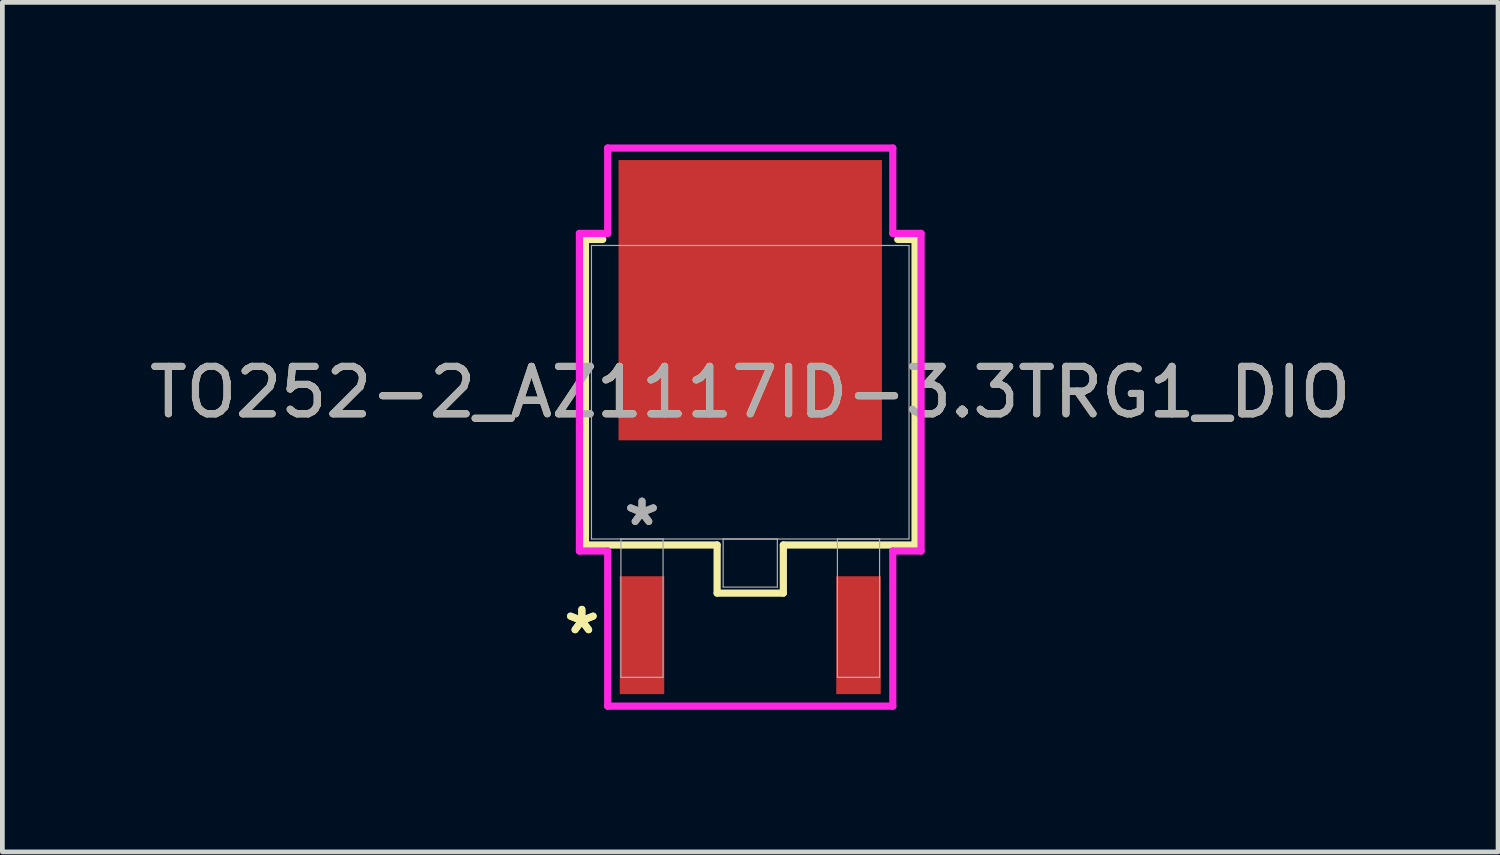
<source format=kicad_pcb>
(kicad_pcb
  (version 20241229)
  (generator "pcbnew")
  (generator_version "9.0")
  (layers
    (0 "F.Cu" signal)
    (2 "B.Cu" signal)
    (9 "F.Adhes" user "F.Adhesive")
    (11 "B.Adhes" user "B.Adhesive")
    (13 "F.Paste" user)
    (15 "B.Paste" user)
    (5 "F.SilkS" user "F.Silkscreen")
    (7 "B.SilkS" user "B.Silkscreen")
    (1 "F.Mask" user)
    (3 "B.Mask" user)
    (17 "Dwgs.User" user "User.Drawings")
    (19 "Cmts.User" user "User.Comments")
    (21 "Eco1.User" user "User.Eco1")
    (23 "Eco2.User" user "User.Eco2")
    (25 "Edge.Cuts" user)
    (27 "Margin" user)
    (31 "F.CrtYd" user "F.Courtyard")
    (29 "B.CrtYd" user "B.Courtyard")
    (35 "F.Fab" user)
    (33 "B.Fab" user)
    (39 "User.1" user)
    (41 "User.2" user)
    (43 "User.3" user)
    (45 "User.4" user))
  (footprint "TO252-2_AZ1117ID-3.3TRG1_DIO"
    (layer "F.Cu")
    (at 12.792 5.232)
    (property "Reference" "TO252-2_AZ1117ID-3.3TRG1_DIO" (at 0 0 0) (unlocked yes) (layer "F.SilkS") (effects (font (size 1 1) (thickness 0.15))))
    (attr smd)
    (fp_line (start -3.48 -3.226) (end -3.48 3.226) (stroke (width 0.152) (type solid)) (layer "F.SilkS"))
    (fp_line (start -3.48 3.226) (end -0.699 3.226) (stroke (width 0.152) (type solid)) (layer "F.SilkS"))
    (fp_line (start -3.114 -3.226) (end -3.48 -3.226) (stroke (width 0.152) (type solid)) (layer "F.SilkS"))
    (fp_line (start -0.699 3.226) (end -0.699 4.242) (stroke (width 0.152) (type solid)) (layer "F.SilkS"))
    (fp_line (start -0.699 4.242) (end 0.699 4.242) (stroke (width 0.152) (type solid)) (layer "F.SilkS"))
    (fp_line (start 0.699 3.226) (end 3.48 3.226) (stroke (width 0.152) (type solid)) (layer "F.SilkS"))
    (fp_line (start 0.699 4.242) (end 0.699 3.226) (stroke (width 0.152) (type solid)) (layer "F.SilkS"))
    (fp_line (start 3.48 -3.226) (end 3.114 -3.226) (stroke (width 0.152) (type solid)) (layer "F.SilkS"))
    (fp_line (start 3.48 3.226) (end 3.48 -3.226) (stroke (width 0.152) (type solid)) (layer "F.SilkS"))
    (fp_line (start -3.607 -3.353) (end -3.01 -3.353) (stroke (width 0.152) (type solid)) (layer "F.CrtYd"))
    (fp_line (start -3.607 3.353) (end -3.607 -3.353) (stroke (width 0.152) (type solid)) (layer "F.CrtYd"))
    (fp_line (start -3.01 -5.156) (end 3.01 -5.156) (stroke (width 0.152) (type solid)) (layer "F.CrtYd"))
    (fp_line (start -3.01 -3.353) (end -3.01 -5.156) (stroke (width 0.152) (type solid)) (layer "F.CrtYd"))
    (fp_line (start -3.01 3.353) (end -3.607 3.353) (stroke (width 0.152) (type solid)) (layer "F.CrtYd"))
    (fp_line (start -3.01 6.629) (end -3.01 3.353) (stroke (width 0.152) (type solid)) (layer "F.CrtYd"))
    (fp_line (start 3.01 -5.156) (end 3.01 -3.353) (stroke (width 0.152) (type solid)) (layer "F.CrtYd"))
    (fp_line (start 3.01 -3.353) (end 3.607 -3.353) (stroke (width 0.152) (type solid)) (layer "F.CrtYd"))
    (fp_line (start 3.01 3.353) (end 3.01 6.629) (stroke (width 0.152) (type solid)) (layer "F.CrtYd"))
    (fp_line (start 3.01 6.629) (end -3.01 6.629) (stroke (width 0.152) (type solid)) (layer "F.CrtYd"))
    (fp_line (start 3.607 -3.353) (end 3.607 3.353) (stroke (width 0.152) (type solid)) (layer "F.CrtYd"))
    (fp_line (start 3.607 3.353) (end 3.01 3.353) (stroke (width 0.152) (type solid)) (layer "F.CrtYd"))
    (fp_line (start -3.353 -3.099) (end -3.353 3.099) (stroke (width 0.025) (type solid)) (layer "F.Fab"))
    (fp_line (start -3.353 3.099) (end 3.353 3.099) (stroke (width 0.025) (type solid)) (layer "F.Fab"))
    (fp_line (start -2.731 3.099) (end -2.731 6.02) (stroke (width 0.025) (type solid)) (layer "F.Fab"))
    (fp_line (start -2.731 6.02) (end -1.841 6.02) (stroke (width 0.025) (type solid)) (layer "F.Fab"))
    (fp_line (start -1.841 3.099) (end -2.731 3.099) (stroke (width 0.025) (type solid)) (layer "F.Fab"))
    (fp_line (start -1.841 6.02) (end -1.841 3.099) (stroke (width 0.025) (type solid)) (layer "F.Fab"))
    (fp_line (start -0.572 3.099) (end -0.572 4.115) (stroke (width 0.025) (type solid)) (layer "F.Fab"))
    (fp_line (start -0.572 4.115) (end 0.572 4.115) (stroke (width 0.025) (type solid)) (layer "F.Fab"))
    (fp_line (start 0.572 3.099) (end -0.572 3.099) (stroke (width 0.025) (type solid)) (layer "F.Fab"))
    (fp_line (start 0.572 4.115) (end 0.572 3.099) (stroke (width 0.025) (type solid)) (layer "F.Fab"))
    (fp_line (start 1.841 3.099) (end 1.841 6.02) (stroke (width 0.025) (type solid)) (layer "F.Fab"))
    (fp_line (start 1.841 6.02) (end 2.731 6.02) (stroke (width 0.025) (type solid)) (layer "F.Fab"))
    (fp_line (start 2.731 3.099) (end 1.841 3.099) (stroke (width 0.025) (type solid)) (layer "F.Fab"))
    (fp_line (start 2.731 6.02) (end 2.731 3.099) (stroke (width 0.025) (type solid)) (layer "F.Fab"))
    (fp_line (start 3.353 -3.099) (end -3.353 -3.099) (stroke (width 0.025) (type solid)) (layer "F.Fab"))
    (fp_line (start 3.353 3.099) (end 3.353 -3.099) (stroke (width 0.025) (type solid)) (layer "F.Fab"))
    (fp_text user "*" (at -3.556 5.131 0) (layer "F.SilkS") (effects (font (size 1 1) (thickness 0.15))))
    (fp_text user "*" (at -3.556 5.131 0) (unlocked yes) (layer "F.SilkS") (effects (font (size 1 1) (thickness 0.15))))
    (fp_text user "${REFERENCE}" (at 0 0 0) (unlocked yes) (layer "F.Fab") (effects (font (size 1 1) (thickness 0.15))))
    (fp_text user "*" (at -2.286 2.845 0) (unlocked yes) (layer "F.Fab") (effects (font (size 1 1) (thickness 0.15))))
    (fp_text user "*" (at -2.286 2.845 0) (layer "F.Fab") (effects (font (size 1 1) (thickness 0.15))))
    (pad "1" smd rect (at -2.286 5.131) (size 0.94 2.489) (layers "F.Cu" "F.Mask" "F.Paste"))
    (pad "2" smd rect (at 0 -1.943) (size 5.563 5.918) (layers "F.Cu" "F.Mask" "F.Paste"))
    (pad "3" smd rect (at 2.286 5.131) (size 0.94 2.489) (layers "F.Cu" "F.Mask" "F.Paste")))
  (gr_rect
    (start -3 -3)
    (end 28.583 14.938)
    (stroke (width 0.1) (type default))
    (fill no)
    (layer "Edge.Cuts")))
</source>
